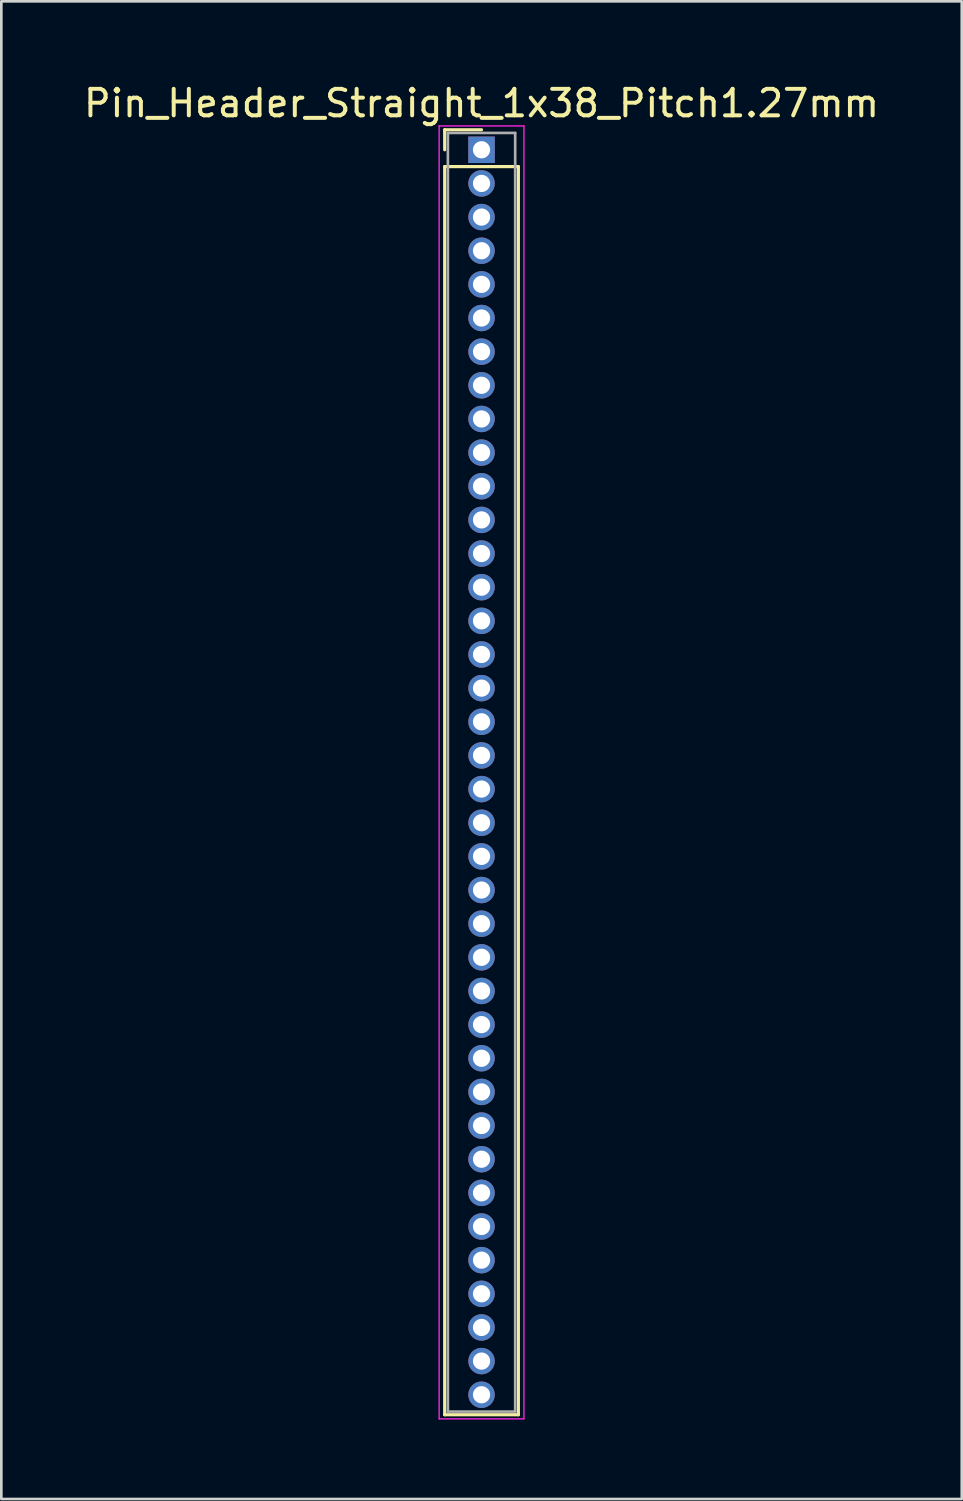
<source format=kicad_pcb>
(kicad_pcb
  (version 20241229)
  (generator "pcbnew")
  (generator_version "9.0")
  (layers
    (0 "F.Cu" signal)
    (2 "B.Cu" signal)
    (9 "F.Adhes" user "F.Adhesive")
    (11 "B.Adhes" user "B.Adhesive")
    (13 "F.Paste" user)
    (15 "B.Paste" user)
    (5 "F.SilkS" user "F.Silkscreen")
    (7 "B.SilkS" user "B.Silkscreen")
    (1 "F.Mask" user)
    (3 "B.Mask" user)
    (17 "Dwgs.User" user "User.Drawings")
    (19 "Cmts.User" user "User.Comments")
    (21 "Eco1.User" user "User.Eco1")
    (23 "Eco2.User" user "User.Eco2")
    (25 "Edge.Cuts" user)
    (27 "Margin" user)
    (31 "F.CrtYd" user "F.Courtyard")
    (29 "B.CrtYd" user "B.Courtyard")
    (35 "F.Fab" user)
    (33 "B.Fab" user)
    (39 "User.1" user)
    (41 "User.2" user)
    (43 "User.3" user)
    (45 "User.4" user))
  (footprint "Pin_Header_Straight_1x38_Pitch1.27mm"
    (layer "F.Cu")
    (at 15.125 2.603)
    (property "Reference" "Pin_Header_Straight_1x38_Pitch1.27mm" (at 0 -1.755 0) (layer "F.SilkS") (effects (font (size 1 1) (thickness 0.15))))
    (attr through_hole)
    (fp_line (start -1.39 -0.755) (end 0 -0.755) (stroke (width 0.12) (type solid)) (layer "F.SilkS"))
    (fp_line (start -1.39 0) (end -1.39 -0.755) (stroke (width 0.12) (type solid)) (layer "F.SilkS"))
    (fp_line (start -1.39 0.635) (end -1.39 47.745) (stroke (width 0.12) (type solid)) (layer "F.SilkS"))
    (fp_line (start -1.39 47.745) (end 1.39 47.745) (stroke (width 0.12) (type solid)) (layer "F.SilkS"))
    (fp_line (start 1.39 0.635) (end -1.39 0.635) (stroke (width 0.12) (type solid)) (layer "F.SilkS"))
    (fp_line (start 1.39 47.745) (end 1.39 0.635) (stroke (width 0.12) (type solid)) (layer "F.SilkS"))
    (fp_line (start -1.6 -0.9) (end -1.6 47.9) (stroke (width 0.05) (type solid)) (layer "F.CrtYd"))
    (fp_line (start -1.6 47.9) (end 1.6 47.9) (stroke (width 0.05) (type solid)) (layer "F.CrtYd"))
    (fp_line (start 1.6 -0.9) (end -1.6 -0.9) (stroke (width 0.05) (type solid)) (layer "F.CrtYd"))
    (fp_line (start 1.6 47.9) (end 1.6 -0.9) (stroke (width 0.05) (type solid)) (layer "F.CrtYd"))
    (fp_line (start -1.27 -0.635) (end -1.27 47.625) (stroke (width 0.1) (type solid)) (layer "F.Fab"))
    (fp_line (start -1.27 47.625) (end 1.27 47.625) (stroke (width 0.1) (type solid)) (layer "F.Fab"))
    (fp_line (start 1.27 -0.635) (end -1.27 -0.635) (stroke (width 0.1) (type solid)) (layer "F.Fab"))
    (fp_line (start 1.27 47.625) (end 1.27 -0.635) (stroke (width 0.1) (type solid)) (layer "F.Fab"))
    (pad "1" thru_hole rect (at 0 0) (size 1 1) (drill 0.65) (layers "*.Cu" "*.Mask"))
    (pad "2" thru_hole oval (at 0 1.27) (size 1 1) (drill 0.65) (layers "*.Cu" "*.Mask"))
    (pad "3" thru_hole oval (at 0 2.54) (size 1 1) (drill 0.65) (layers "*.Cu" "*.Mask"))
    (pad "4" thru_hole oval (at 0 3.81) (size 1 1) (drill 0.65) (layers "*.Cu" "*.Mask"))
    (pad "5" thru_hole oval (at 0 5.08) (size 1 1) (drill 0.65) (layers "*.Cu" "*.Mask"))
    (pad "6" thru_hole oval (at 0 6.35) (size 1 1) (drill 0.65) (layers "*.Cu" "*.Mask"))
    (pad "7" thru_hole oval (at 0 7.62) (size 1 1) (drill 0.65) (layers "*.Cu" "*.Mask"))
    (pad "8" thru_hole oval (at 0 8.89) (size 1 1) (drill 0.65) (layers "*.Cu" "*.Mask"))
    (pad "9" thru_hole oval (at 0 10.16) (size 1 1) (drill 0.65) (layers "*.Cu" "*.Mask"))
    (pad "10" thru_hole oval (at 0 11.43) (size 1 1) (drill 0.65) (layers "*.Cu" "*.Mask"))
    (pad "11" thru_hole oval (at 0 12.7) (size 1 1) (drill 0.65) (layers "*.Cu" "*.Mask"))
    (pad "12" thru_hole oval (at 0 13.97) (size 1 1) (drill 0.65) (layers "*.Cu" "*.Mask"))
    (pad "13" thru_hole oval (at 0 15.24) (size 1 1) (drill 0.65) (layers "*.Cu" "*.Mask"))
    (pad "14" thru_hole oval (at 0 16.51) (size 1 1) (drill 0.65) (layers "*.Cu" "*.Mask"))
    (pad "15" thru_hole oval (at 0 17.78) (size 1 1) (drill 0.65) (layers "*.Cu" "*.Mask"))
    (pad "16" thru_hole oval (at 0 19.05) (size 1 1) (drill 0.65) (layers "*.Cu" "*.Mask"))
    (pad "17" thru_hole oval (at 0 20.32) (size 1 1) (drill 0.65) (layers "*.Cu" "*.Mask"))
    (pad "18" thru_hole oval (at 0 21.59) (size 1 1) (drill 0.65) (layers "*.Cu" "*.Mask"))
    (pad "19" thru_hole oval (at 0 22.86) (size 1 1) (drill 0.65) (layers "*.Cu" "*.Mask"))
    (pad "20" thru_hole oval (at 0 24.13) (size 1 1) (drill 0.65) (layers "*.Cu" "*.Mask"))
    (pad "21" thru_hole oval (at 0 25.4) (size 1 1) (drill 0.65) (layers "*.Cu" "*.Mask"))
    (pad "22" thru_hole oval (at 0 26.67) (size 1 1) (drill 0.65) (layers "*.Cu" "*.Mask"))
    (pad "23" thru_hole oval (at 0 27.94) (size 1 1) (drill 0.65) (layers "*.Cu" "*.Mask"))
    (pad "24" thru_hole oval (at 0 29.21) (size 1 1) (drill 0.65) (layers "*.Cu" "*.Mask"))
    (pad "25" thru_hole oval (at 0 30.48) (size 1 1) (drill 0.65) (layers "*.Cu" "*.Mask"))
    (pad "26" thru_hole oval (at 0 31.75) (size 1 1) (drill 0.65) (layers "*.Cu" "*.Mask"))
    (pad "27" thru_hole oval (at 0 33.02) (size 1 1) (drill 0.65) (layers "*.Cu" "*.Mask"))
    (pad "28" thru_hole oval (at 0 34.29) (size 1 1) (drill 0.65) (layers "*.Cu" "*.Mask"))
    (pad "29" thru_hole oval (at 0 35.56) (size 1 1) (drill 0.65) (layers "*.Cu" "*.Mask"))
    (pad "30" thru_hole oval (at 0 36.83) (size 1 1) (drill 0.65) (layers "*.Cu" "*.Mask"))
    (pad "31" thru_hole oval (at 0 38.1) (size 1 1) (drill 0.65) (layers "*.Cu" "*.Mask"))
    (pad "32" thru_hole oval (at 0 39.37) (size 1 1) (drill 0.65) (layers "*.Cu" "*.Mask"))
    (pad "33" thru_hole oval (at 0 40.64) (size 1 1) (drill 0.65) (layers "*.Cu" "*.Mask"))
    (pad "34" thru_hole oval (at 0 41.91) (size 1 1) (drill 0.65) (layers "*.Cu" "*.Mask"))
    (pad "35" thru_hole oval (at 0 43.18) (size 1 1) (drill 0.65) (layers "*.Cu" "*.Mask"))
    (pad "36" thru_hole oval (at 0 44.45) (size 1 1) (drill 0.65) (layers "*.Cu" "*.Mask"))
    (pad "37" thru_hole oval (at 0 45.72) (size 1 1) (drill 0.65) (layers "*.Cu" "*.Mask"))
    (pad "38" thru_hole oval (at 0 46.99) (size 1 1) (drill 0.65) (layers "*.Cu" "*.Mask")))
  (gr_rect
    (start -3 -3)
    (end 33.25 53.528)
    (stroke (width 0.1) (type default))
    (fill no)
    (layer "Edge.Cuts")))
</source>
